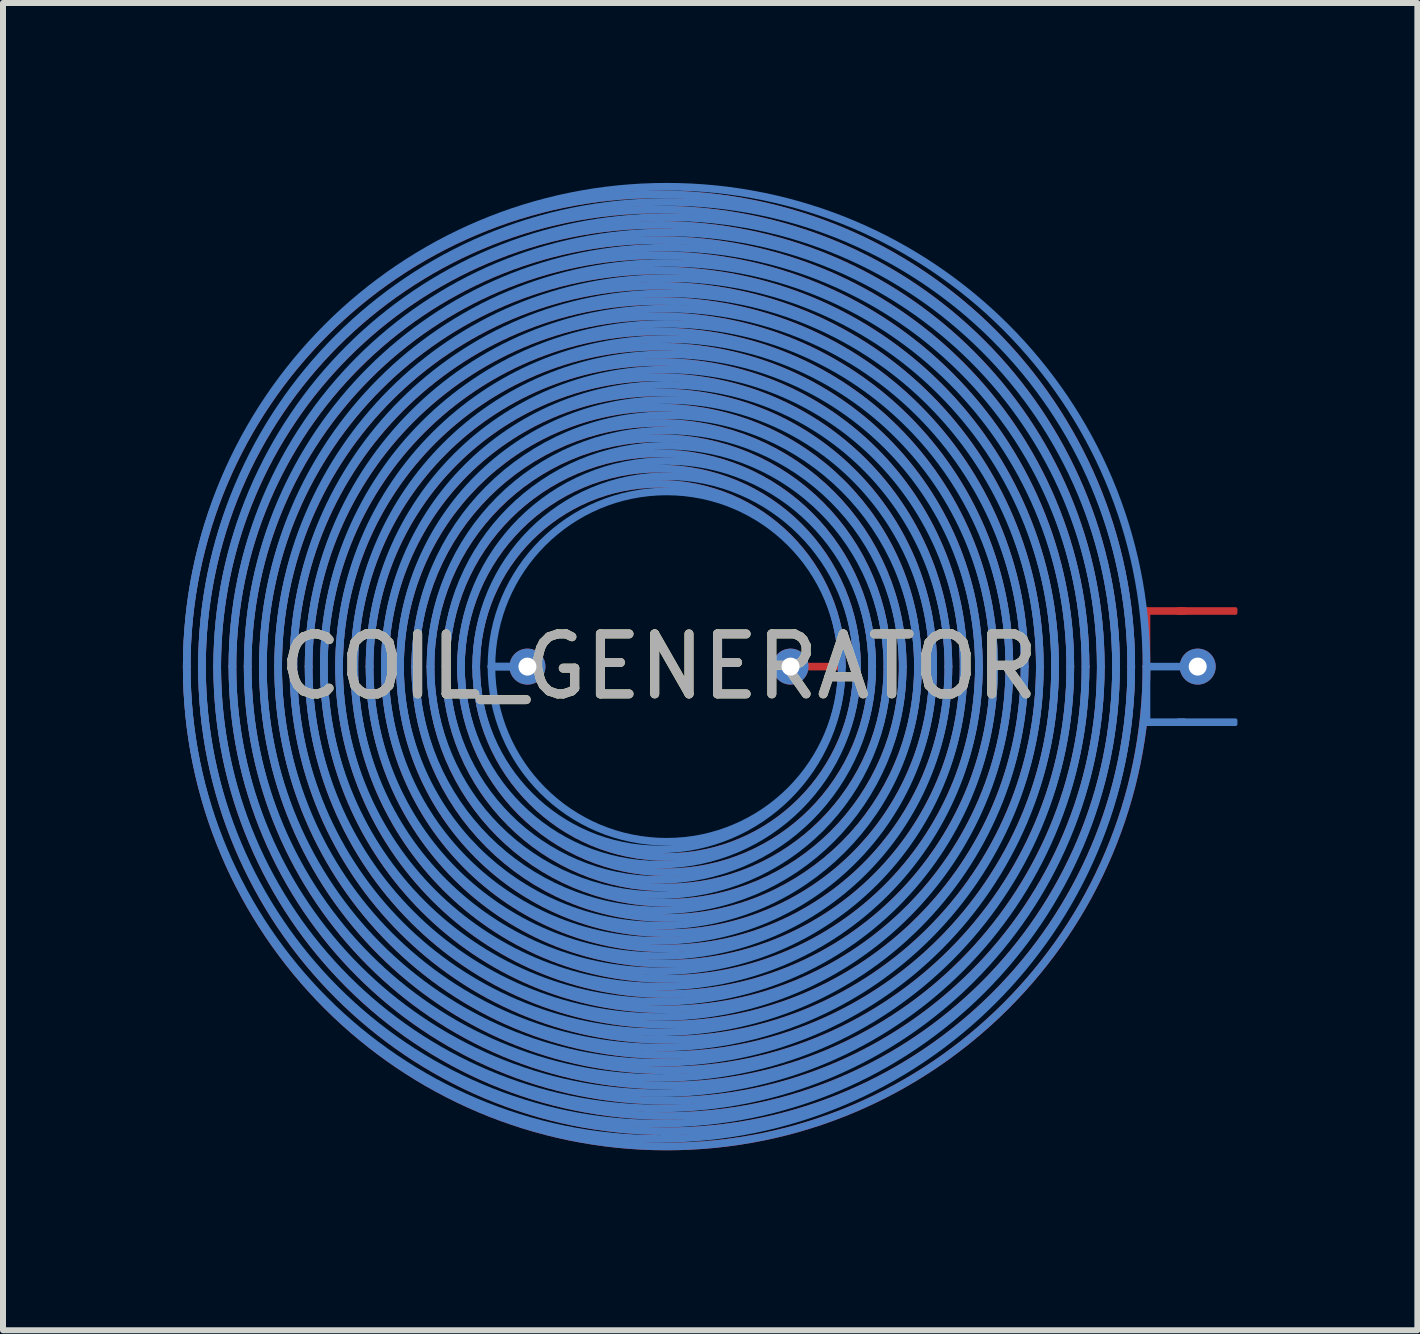
<source format=kicad_pcb>
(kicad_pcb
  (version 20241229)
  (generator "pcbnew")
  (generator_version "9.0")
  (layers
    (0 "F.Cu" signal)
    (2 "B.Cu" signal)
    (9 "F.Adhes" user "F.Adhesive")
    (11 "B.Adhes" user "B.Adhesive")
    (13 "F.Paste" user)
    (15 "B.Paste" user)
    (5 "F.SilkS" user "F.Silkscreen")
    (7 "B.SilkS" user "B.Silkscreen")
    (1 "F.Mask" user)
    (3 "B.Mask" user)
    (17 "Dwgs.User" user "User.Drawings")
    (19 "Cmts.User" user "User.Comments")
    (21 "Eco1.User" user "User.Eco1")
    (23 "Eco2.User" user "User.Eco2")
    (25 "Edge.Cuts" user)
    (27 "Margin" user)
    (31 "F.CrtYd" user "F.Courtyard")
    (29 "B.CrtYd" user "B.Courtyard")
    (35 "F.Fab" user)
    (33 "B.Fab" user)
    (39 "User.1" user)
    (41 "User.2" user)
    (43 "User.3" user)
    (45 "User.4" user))
  (footprint "COIL_GENERATOR"
    (layer "F.Cu")
    (at 7.936 8.063)
    (property "Reference" "COIL_GENERATOR" (at 0 0 0) (unlocked yes) (layer "F.SilkS") (effects (font (size 1 1) (thickness 0.15))))
    (attr smd exclude_from_pos_files exclude_from_bom allow_missing_courtyard)
    (fp_line (start 3.047 0) (end 2.193 0) (stroke (width 0.127) (type default)) (layer "F.Cu"))
    (fp_line (start 8.127 -0.927) (end 8.754 -0.927) (stroke (width 0.127) (type default)) (layer "F.Cu"))
    (fp_line (start 8.127 0) (end 8.127 -0.927) (stroke (width 0.127) (type default)) (layer "F.Cu"))
    (fp_arc (start -7.873 0) (mid 0 -7.873) (end 7.873 0) (stroke (width 0.127) (type default)) (layer "F.Cu"))
    (fp_arc (start -7.619 0) (mid 0 -7.619) (end 7.619 0) (stroke (width 0.127) (type default)) (layer "F.Cu"))
    (fp_arc (start -7.365 0) (mid 0 -7.365) (end 7.365 0) (stroke (width 0.127) (type default)) (layer "F.Cu"))
    (fp_arc (start -7.111 0) (mid 0 -7.111) (end 7.111 0) (stroke (width 0.127) (type default)) (layer "F.Cu"))
    (fp_arc (start -6.857 0) (mid 0 -6.857) (end 6.857 0) (stroke (width 0.127) (type default)) (layer "F.Cu"))
    (fp_arc (start -6.603 0) (mid 0 -6.603) (end 6.603 0) (stroke (width 0.127) (type default)) (layer "F.Cu"))
    (fp_arc (start -6.349 0) (mid 0 -6.349) (end 6.349 0) (stroke (width 0.127) (type default)) (layer "F.Cu"))
    (fp_arc (start -6.095 0) (mid 0 -6.095) (end 6.095 0) (stroke (width 0.127) (type default)) (layer "F.Cu"))
    (fp_arc (start -5.841 0) (mid 0 -5.841) (end 5.841 0) (stroke (width 0.127) (type default)) (layer "F.Cu"))
    (fp_arc (start -5.587 0) (mid 0 -5.587) (end 5.587 0) (stroke (width 0.127) (type default)) (layer "F.Cu"))
    (fp_arc (start -5.333 0) (mid 0 -5.333) (end 5.333 0) (stroke (width 0.127) (type default)) (layer "F.Cu"))
    (fp_arc (start -5.079 0) (mid 0 -5.079) (end 5.079 0) (stroke (width 0.127) (type default)) (layer "F.Cu"))
    (fp_arc (start -4.825 0) (mid 0 -4.825) (end 4.825 0) (stroke (width 0.127) (type default)) (layer "F.Cu"))
    (fp_arc (start -4.571 0) (mid 0 -4.571) (end 4.571 0) (stroke (width 0.127) (type default)) (layer "F.Cu"))
    (fp_arc (start -4.317 0) (mid 0 -4.317) (end 4.317 0) (stroke (width 0.127) (type default)) (layer "F.Cu"))
    (fp_arc (start -4.063 0) (mid 0 -4.063) (end 4.063 0) (stroke (width 0.127) (type default)) (layer "F.Cu"))
    (fp_arc (start -3.809 0) (mid 0 -3.809) (end 3.809 0) (stroke (width 0.127) (type default)) (layer "F.Cu"))
    (fp_arc (start -3.555 0) (mid 0 -3.555) (end 3.555 0) (stroke (width 0.127) (type default)) (layer "F.Cu"))
    (fp_arc (start -3.301 0) (mid 0 -3.301) (end 3.301 0) (stroke (width 0.127) (type default)) (layer "F.Cu"))
    (fp_arc (start -3.047 0) (mid 0 -3.047) (end 3.047 0) (stroke (width 0.127) (type default)) (layer "F.Cu"))
    (fp_arc (start 3.301 0) (mid 0.127 3.174) (end -3.047 0) (stroke (width 0.127) (type default)) (layer "F.Cu"))
    (fp_arc (start 3.555 0) (mid 0.127 3.428) (end -3.301 0) (stroke (width 0.127) (type default)) (layer "F.Cu"))
    (fp_arc (start 3.809 0) (mid 0.127 3.682) (end -3.555 0) (stroke (width 0.127) (type default)) (layer "F.Cu"))
    (fp_arc (start 4.063 0) (mid 0.127 3.936) (end -3.809 0) (stroke (width 0.127) (type default)) (layer "F.Cu"))
    (fp_arc (start 4.317 0) (mid 0.127 4.19) (end -4.063 0) (stroke (width 0.127) (type default)) (layer "F.Cu"))
    (fp_arc (start 4.571 0) (mid 0.127 4.444) (end -4.317 0) (stroke (width 0.127) (type default)) (layer "F.Cu"))
    (fp_arc (start 4.825 0) (mid 0.127 4.698) (end -4.571 0) (stroke (width 0.127) (type default)) (layer "F.Cu"))
    (fp_arc (start 5.079 0) (mid 0.127 4.952) (end -4.825 0) (stroke (width 0.127) (type default)) (layer "F.Cu"))
    (fp_arc (start 5.333 0) (mid 0.127 5.206) (end -5.079 0) (stroke (width 0.127) (type default)) (layer "F.Cu"))
    (fp_arc (start 5.587 0) (mid 0.127 5.46) (end -5.333 0) (stroke (width 0.127) (type default)) (layer "F.Cu"))
    (fp_arc (start 5.841 0) (mid 0.127 5.714) (end -5.587 0) (stroke (width 0.127) (type default)) (layer "F.Cu"))
    (fp_arc (start 6.095 0) (mid 0.127 5.968) (end -5.841 0) (stroke (width 0.127) (type default)) (layer "F.Cu"))
    (fp_arc (start 6.349 0) (mid 0.127 6.222) (end -6.095 0) (stroke (width 0.127) (type default)) (layer "F.Cu"))
    (fp_arc (start 6.603 0) (mid 0.127 6.476) (end -6.349 0) (stroke (width 0.127) (type default)) (layer "F.Cu"))
    (fp_arc (start 6.857 0) (mid 0.127 6.73) (end -6.603 0) (stroke (width 0.127) (type default)) (layer "F.Cu"))
    (fp_arc (start 7.111 0) (mid 0.127 6.984) (end -6.857 0) (stroke (width 0.127) (type default)) (layer "F.Cu"))
    (fp_arc (start 7.365 0) (mid 0.127 7.238) (end -7.111 0) (stroke (width 0.127) (type default)) (layer "F.Cu"))
    (fp_arc (start 7.619 0) (mid 0.127 7.492) (end -7.365 0) (stroke (width 0.127) (type default)) (layer "F.Cu"))
    (fp_arc (start 7.873 0) (mid 0.127 7.746) (end -7.619 0) (stroke (width 0.127) (type default)) (layer "F.Cu"))
    (fp_arc (start 8.127 0) (mid 0.127 8) (end -7.873 0) (stroke (width 0.127) (type default)) (layer "F.Cu"))
    (fp_line (start 3.047 0) (end 2.193 0) (stroke (width 0.127) (type default)) (layer "F.Mask"))
    (fp_line (start 8.127 0) (end 8.981 0) (stroke (width 0.127) (type default)) (layer "F.Mask"))
    (fp_arc (start -7.873 0) (mid 0.127 -8) (end 8.127 0) (stroke (width 0.127) (type default)) (layer "F.Mask"))
    (fp_arc (start -7.619 0) (mid 0.127 -7.746) (end 7.873 0) (stroke (width 0.127) (type default)) (layer "F.Mask"))
    (fp_arc (start -7.365 0) (mid 0.127 -7.492) (end 7.619 0) (stroke (width 0.127) (type default)) (layer "F.Mask"))
    (fp_arc (start -7.111 0) (mid 0.127 -7.238) (end 7.365 0) (stroke (width 0.127) (type default)) (layer "F.Mask"))
    (fp_arc (start -6.857 0) (mid 0.127 -6.984) (end 7.111 0) (stroke (width 0.127) (type default)) (layer "F.Mask"))
    (fp_arc (start -6.603 0) (mid 0.127 -6.73) (end 6.857 0) (stroke (width 0.127) (type default)) (layer "F.Mask"))
    (fp_arc (start -6.349 0) (mid 0.127 -6.476) (end 6.603 0) (stroke (width 0.127) (type default)) (layer "F.Mask"))
    (fp_arc (start -6.095 0) (mid 0.127 -6.222) (end 6.349 0) (stroke (width 0.127) (type default)) (layer "F.Mask"))
    (fp_arc (start -5.841 0) (mid 0.127 -5.968) (end 6.095 0) (stroke (width 0.127) (type default)) (layer "F.Mask"))
    (fp_arc (start -5.587 0) (mid 0.127 -5.714) (end 5.841 0) (stroke (width 0.127) (type default)) (layer "F.Mask"))
    (fp_arc (start -5.333 0) (mid 0.127 -5.46) (end 5.587 0) (stroke (width 0.127) (type default)) (layer "F.Mask"))
    (fp_arc (start -5.079 0) (mid 0.127 -5.206) (end 5.333 0) (stroke (width 0.127) (type default)) (layer "F.Mask"))
    (fp_arc (start -4.825 0) (mid 0.127 -4.952) (end 5.079 0) (stroke (width 0.127) (type default)) (layer "F.Mask"))
    (fp_arc (start -4.571 0) (mid 0.127 -4.698) (end 4.825 0) (stroke (width 0.127) (type default)) (layer "F.Mask"))
    (fp_arc (start -4.317 0) (mid 0.127 -4.444) (end 4.571 0) (stroke (width 0.127) (type default)) (layer "F.Mask"))
    (fp_arc (start -4.063 0) (mid 0.127 -4.19) (end 4.317 0) (stroke (width 0.127) (type default)) (layer "F.Mask"))
    (fp_arc (start -3.809 0) (mid 0.127 -3.936) (end 4.063 0) (stroke (width 0.127) (type default)) (layer "F.Mask"))
    (fp_arc (start -3.555 0) (mid 0.127 -3.682) (end 3.809 0) (stroke (width 0.127) (type default)) (layer "F.Mask"))
    (fp_arc (start -3.301 0) (mid 0.127 -3.428) (end 3.555 0) (stroke (width 0.127) (type default)) (layer "F.Mask"))
    (fp_arc (start -3.047 0) (mid 0.127 -3.174) (end 3.301 0) (stroke (width 0.127) (type default)) (layer "F.Mask"))
    (fp_arc (start 3.047 0) (mid 0 3.047) (end -3.047 0) (stroke (width 0.127) (type default)) (layer "F.Mask"))
    (fp_arc (start 3.301 0) (mid 0 3.301) (end -3.301 0) (stroke (width 0.127) (type default)) (layer "F.Mask"))
    (fp_arc (start 3.555 0) (mid 0 3.555) (end -3.555 0) (stroke (width 0.127) (type default)) (layer "F.Mask"))
    (fp_arc (start 3.809 0) (mid 0 3.809) (end -3.809 0) (stroke (width 0.127) (type default)) (layer "F.Mask"))
    (fp_arc (start 4.063 0) (mid 0 4.063) (end -4.063 0) (stroke (width 0.127) (type default)) (layer "F.Mask"))
    (fp_arc (start 4.317 0) (mid 0 4.317) (end -4.317 0) (stroke (width 0.127) (type default)) (layer "F.Mask"))
    (fp_arc (start 4.571 0) (mid 0 4.571) (end -4.571 0) (stroke (width 0.127) (type default)) (layer "F.Mask"))
    (fp_arc (start 4.825 0) (mid 0 4.825) (end -4.825 0) (stroke (width 0.127) (type default)) (layer "F.Mask"))
    (fp_arc (start 5.079 0) (mid 0 5.079) (end -5.079 0) (stroke (width 0.127) (type default)) (layer "F.Mask"))
    (fp_arc (start 5.333 0) (mid 0 5.333) (end -5.333 0) (stroke (width 0.127) (type default)) (layer "F.Mask"))
    (fp_arc (start 5.587 0) (mid 0 5.587) (end -5.587 0) (stroke (width 0.127) (type default)) (layer "F.Mask"))
    (fp_arc (start 5.841 0) (mid 0 5.841) (end -5.841 0) (stroke (width 0.127) (type default)) (layer "F.Mask"))
    (fp_arc (start 6.095 0) (mid 0 6.095) (end -6.095 0) (stroke (width 0.127) (type default)) (layer "F.Mask"))
    (fp_arc (start 6.349 0) (mid 0 6.349) (end -6.349 0) (stroke (width 0.127) (type default)) (layer "F.Mask"))
    (fp_arc (start 6.603 0) (mid 0 6.603) (end -6.603 0) (stroke (width 0.127) (type default)) (layer "F.Mask"))
    (fp_arc (start 6.857 0) (mid 0 6.857) (end -6.857 0) (stroke (width 0.127) (type default)) (layer "F.Mask"))
    (fp_arc (start 7.111 0) (mid 0 7.111) (end -7.111 0) (stroke (width 0.127) (type default)) (layer "F.Mask"))
    (fp_arc (start 7.365 0) (mid 0 7.365) (end -7.365 0) (stroke (width 0.127) (type default)) (layer "F.Mask"))
    (fp_arc (start 7.619 0) (mid 0 7.619) (end -7.619 0) (stroke (width 0.127) (type default)) (layer "F.Mask"))
    (fp_arc (start 7.873 0) (mid 0 7.873) (end -7.873 0) (stroke (width 0.127) (type default)) (layer "F.Mask"))
    (fp_line (start -2.793 0) (end -2.193 0) (stroke (width 0.127) (type default)) (layer "B.Cu"))
    (fp_line (start -2.793 0) (end -2.193 0) (stroke (width 0.127) (type default)) (layer "B.Cu"))
    (fp_line (start 8.127 0) (end 8.127 0.927) (stroke (width 0.127) (type default)) (layer "B.Cu"))
    (fp_line (start 8.127 0) (end 8.981 0) (stroke (width 0.127) (type default)) (layer "B.Cu"))
    (fp_line (start 8.127 0.927) (end 8.754 0.927) (stroke (width 0.127) (type default)) (layer "B.Cu"))
    (fp_arc (start -7.873 0) (mid 0 -7.873) (end 7.873 0) (stroke (width 0.127) (type default)) (layer "B.Cu"))
    (fp_arc (start -7.873 0) (mid 0.127 -8) (end 8.127 0) (stroke (width 0.127) (type default)) (layer "B.Cu"))
    (fp_arc (start -7.619 0) (mid 0 -7.619) (end 7.619 0) (stroke (width 0.127) (type default)) (layer "B.Cu"))
    (fp_arc (start -7.619 0) (mid 0.127 -7.746) (end 7.873 0) (stroke (width 0.127) (type default)) (layer "B.Cu"))
    (fp_arc (start -7.365 0) (mid 0 -7.365) (end 7.365 0) (stroke (width 0.127) (type default)) (layer "B.Cu"))
    (fp_arc (start -7.365 0) (mid 0.127 -7.492) (end 7.619 0) (stroke (width 0.127) (type default)) (layer "B.Cu"))
    (fp_arc (start -7.111 0) (mid 0 -7.111) (end 7.111 0) (stroke (width 0.127) (type default)) (layer "B.Cu"))
    (fp_arc (start -7.111 0) (mid 0.127 -7.238) (end 7.365 0) (stroke (width 0.127) (type default)) (layer "B.Cu"))
    (fp_arc (start -6.857 0) (mid 0 -6.857) (end 6.857 0) (stroke (width 0.127) (type default)) (layer "B.Cu"))
    (fp_arc (start -6.857 0) (mid 0.127 -6.984) (end 7.111 0) (stroke (width 0.127) (type default)) (layer "B.Cu"))
    (fp_arc (start -6.603 0) (mid 0 -6.603) (end 6.603 0) (stroke (width 0.127) (type default)) (layer "B.Cu"))
    (fp_arc (start -6.603 0) (mid 0.127 -6.73) (end 6.857 0) (stroke (width 0.127) (type default)) (layer "B.Cu"))
    (fp_arc (start -6.349 0) (mid 0 -6.349) (end 6.349 0) (stroke (width 0.127) (type default)) (layer "B.Cu"))
    (fp_arc (start -6.349 0) (mid 0.127 -6.476) (end 6.603 0) (stroke (width 0.127) (type default)) (layer "B.Cu"))
    (fp_arc (start -6.095 0) (mid 0 -6.095) (end 6.095 0) (stroke (width 0.127) (type default)) (layer "B.Cu"))
    (fp_arc (start -6.095 0) (mid 0.127 -6.222) (end 6.349 0) (stroke (width 0.127) (type default)) (layer "B.Cu"))
    (fp_arc (start -5.841 0) (mid 0 -5.841) (end 5.841 0) (stroke (width 0.127) (type default)) (layer "B.Cu"))
    (fp_arc (start -5.841 0) (mid 0.127 -5.968) (end 6.095 0) (stroke (width 0.127) (type default)) (layer "B.Cu"))
    (fp_arc (start -5.587 0) (mid 0 -5.587) (end 5.587 0) (stroke (width 0.127) (type default)) (layer "B.Cu"))
    (fp_arc (start -5.587 0) (mid 0.127 -5.714) (end 5.841 0) (stroke (width 0.127) (type default)) (layer "B.Cu"))
    (fp_arc (start -5.333 0) (mid 0 -5.333) (end 5.333 0) (stroke (width 0.127) (type default)) (layer "B.Cu"))
    (fp_arc (start -5.333 0) (mid 0.127 -5.46) (end 5.587 0) (stroke (width 0.127) (type default)) (layer "B.Cu"))
    (fp_arc (start -5.079 0) (mid 0 -5.079) (end 5.079 0) (stroke (width 0.127) (type default)) (layer "B.Cu"))
    (fp_arc (start -5.079 0) (mid 0.127 -5.206) (end 5.333 0) (stroke (width 0.127) (type default)) (layer "B.Cu"))
    (fp_arc (start -4.825 0) (mid 0 -4.825) (end 4.825 0) (stroke (width 0.127) (type default)) (layer "B.Cu"))
    (fp_arc (start -4.825 0) (mid 0.127 -4.952) (end 5.079 0) (stroke (width 0.127) (type default)) (layer "B.Cu"))
    (fp_arc (start -4.571 0) (mid 0 -4.571) (end 4.571 0) (stroke (width 0.127) (type default)) (layer "B.Cu"))
    (fp_arc (start -4.571 0) (mid 0.127 -4.698) (end 4.825 0) (stroke (width 0.127) (type default)) (layer "B.Cu"))
    (fp_arc (start -4.317 0) (mid 0 -4.317) (end 4.317 0) (stroke (width 0.127) (type default)) (layer "B.Cu"))
    (fp_arc (start -4.317 0) (mid 0.127 -4.444) (end 4.571 0) (stroke (width 0.127) (type default)) (layer "B.Cu"))
    (fp_arc (start -4.063 0) (mid 0 -4.063) (end 4.063 0) (stroke (width 0.127) (type default)) (layer "B.Cu"))
    (fp_arc (start -4.063 0) (mid 0.127 -4.19) (end 4.317 0) (stroke (width 0.127) (type default)) (layer "B.Cu"))
    (fp_arc (start -3.809 0) (mid 0 -3.809) (end 3.809 0) (stroke (width 0.127) (type default)) (layer "B.Cu"))
    (fp_arc (start -3.809 0) (mid 0.127 -3.936) (end 4.063 0) (stroke (width 0.127) (type default)) (layer "B.Cu"))
    (fp_arc (start -3.555 0) (mid 0 -3.555) (end 3.555 0) (stroke (width 0.127) (type default)) (layer "B.Cu"))
    (fp_arc (start -3.555 0) (mid 0.127 -3.682) (end 3.809 0) (stroke (width 0.127) (type default)) (layer "B.Cu"))
    (fp_arc (start -3.301 0) (mid 0 -3.301) (end 3.301 0) (stroke (width 0.127) (type default)) (layer "B.Cu"))
    (fp_arc (start -3.301 0) (mid 0.127 -3.428) (end 3.555 0) (stroke (width 0.127) (type default)) (layer "B.Cu"))
    (fp_arc (start -3.047 0) (mid 0 -3.047) (end 3.047 0) (stroke (width 0.127) (type default)) (layer "B.Cu"))
    (fp_arc (start -3.047 0) (mid 0.127 -3.174) (end 3.301 0) (stroke (width 0.127) (type default)) (layer "B.Cu"))
    (fp_arc (start -2.793 0) (mid 0 -2.92) (end 3.047 0) (stroke (width 0.127) (type default)) (layer "B.Cu"))
    (fp_arc (start 3.047 0) (mid 0 3.047) (end -3.047 0) (stroke (width 0.127) (type default)) (layer "B.Cu"))
    (fp_arc (start 3.047 0) (mid 0 2.92) (end -2.793 0) (stroke (width 0.127) (type default)) (layer "B.Cu"))
    (fp_arc (start 3.301 0) (mid 0 3.301) (end -3.301 0) (stroke (width 0.127) (type default)) (layer "B.Cu"))
    (fp_arc (start 3.301 0) (mid 0.127 3.174) (end -3.047 0) (stroke (width 0.127) (type default)) (layer "B.Cu"))
    (fp_arc (start 3.555 0) (mid 0 3.555) (end -3.555 0) (stroke (width 0.127) (type default)) (layer "B.Cu"))
    (fp_arc (start 3.555 0) (mid 0.127 3.428) (end -3.301 0) (stroke (width 0.127) (type default)) (layer "B.Cu"))
    (fp_arc (start 3.809 0) (mid 0 3.809) (end -3.809 0) (stroke (width 0.127) (type default)) (layer "B.Cu"))
    (fp_arc (start 3.809 0) (mid 0.127 3.682) (end -3.555 0) (stroke (width 0.127) (type default)) (layer "B.Cu"))
    (fp_arc (start 4.063 0) (mid 0 4.063) (end -4.063 0) (stroke (width 0.127) (type default)) (layer "B.Cu"))
    (fp_arc (start 4.063 0) (mid 0.127 3.936) (end -3.809 0) (stroke (width 0.127) (type default)) (layer "B.Cu"))
    (fp_arc (start 4.317 0) (mid 0 4.317) (end -4.317 0) (stroke (width 0.127) (type default)) (layer "B.Cu"))
    (fp_arc (start 4.317 0) (mid 0.127 4.19) (end -4.063 0) (stroke (width 0.127) (type default)) (layer "B.Cu"))
    (fp_arc (start 4.571 0) (mid 0 4.571) (end -4.571 0) (stroke (width 0.127) (type default)) (layer "B.Cu"))
    (fp_arc (start 4.571 0) (mid 0.127 4.444) (end -4.317 0) (stroke (width 0.127) (type default)) (layer "B.Cu"))
    (fp_arc (start 4.825 0) (mid 0 4.825) (end -4.825 0) (stroke (width 0.127) (type default)) (layer "B.Cu"))
    (fp_arc (start 4.825 0) (mid 0.127 4.698) (end -4.571 0) (stroke (width 0.127) (type default)) (layer "B.Cu"))
    (fp_arc (start 5.079 0) (mid 0 5.079) (end -5.079 0) (stroke (width 0.127) (type default)) (layer "B.Cu"))
    (fp_arc (start 5.079 0) (mid 0.127 4.952) (end -4.825 0) (stroke (width 0.127) (type default)) (layer "B.Cu"))
    (fp_arc (start 5.333 0) (mid 0 5.333) (end -5.333 0) (stroke (width 0.127) (type default)) (layer "B.Cu"))
    (fp_arc (start 5.333 0) (mid 0.127 5.206) (end -5.079 0) (stroke (width 0.127) (type default)) (layer "B.Cu"))
    (fp_arc (start 5.587 0) (mid 0 5.587) (end -5.587 0) (stroke (width 0.127) (type default)) (layer "B.Cu"))
    (fp_arc (start 5.587 0) (mid 0.127 5.46) (end -5.333 0) (stroke (width 0.127) (type default)) (layer "B.Cu"))
    (fp_arc (start 5.841 0) (mid 0 5.841) (end -5.841 0) (stroke (width 0.127) (type default)) (layer "B.Cu"))
    (fp_arc (start 5.841 0) (mid 0.127 5.714) (end -5.587 0) (stroke (width 0.127) (type default)) (layer "B.Cu"))
    (fp_arc (start 6.095 0) (mid 0 6.095) (end -6.095 0) (stroke (width 0.127) (type default)) (layer "B.Cu"))
    (fp_arc (start 6.095 0) (mid 0.127 5.968) (end -5.841 0) (stroke (width 0.127) (type default)) (layer "B.Cu"))
    (fp_arc (start 6.349 0) (mid 0 6.349) (end -6.349 0) (stroke (width 0.127) (type default)) (layer "B.Cu"))
    (fp_arc (start 6.349 0) (mid 0.127 6.222) (end -6.095 0) (stroke (width 0.127) (type default)) (layer "B.Cu"))
    (fp_arc (start 6.603 0) (mid 0 6.603) (end -6.603 0) (stroke (width 0.127) (type default)) (layer "B.Cu"))
    (fp_arc (start 6.603 0) (mid 0.127 6.476) (end -6.349 0) (stroke (width 0.127) (type default)) (layer "B.Cu"))
    (fp_arc (start 6.857 0) (mid 0 6.857) (end -6.857 0) (stroke (width 0.127) (type default)) (layer "B.Cu"))
    (fp_arc (start 6.857 0) (mid 0.127 6.73) (end -6.603 0) (stroke (width 0.127) (type default)) (layer "B.Cu"))
    (fp_arc (start 7.111 0) (mid 0 7.111) (end -7.111 0) (stroke (width 0.127) (type default)) (layer "B.Cu"))
    (fp_arc (start 7.111 0) (mid 0.127 6.984) (end -6.857 0) (stroke (width 0.127) (type default)) (layer "B.Cu"))
    (fp_arc (start 7.365 0) (mid 0 7.365) (end -7.365 0) (stroke (width 0.127) (type default)) (layer "B.Cu"))
    (fp_arc (start 7.365 0) (mid 0.127 7.238) (end -7.111 0) (stroke (width 0.127) (type default)) (layer "B.Cu"))
    (fp_arc (start 7.619 0) (mid 0 7.619) (end -7.619 0) (stroke (width 0.127) (type default)) (layer "B.Cu"))
    (fp_arc (start 7.619 0) (mid 0.127 7.492) (end -7.365 0) (stroke (width 0.127) (type default)) (layer "B.Cu"))
    (fp_arc (start 7.873 0) (mid 0 7.873) (end -7.873 0) (stroke (width 0.127) (type default)) (layer "B.Cu"))
    (fp_arc (start 7.873 0) (mid 0.127 7.746) (end -7.619 0) (stroke (width 0.127) (type default)) (layer "B.Cu"))
    (fp_arc (start 8.127 0) (mid 0.127 8) (end -7.873 0) (stroke (width 0.127) (type default)) (layer "B.Cu"))
    (fp_text user "${REFERENCE}" (at 0 0 0) (unlocked yes) (layer "F.Fab") (effects (font (size 1 1) (thickness 0.15))))
    (pad "0" thru_hole circle (at -2.193 0) (size 0.6 0.6) (drill 0.3) (layers "*.Cu") (remove_unused_layers yes) (keep_end_layers yes) (zone_layer_connections))
    (pad "0" thru_hole circle (at 2.193 0) (size 0.6 0.6) (drill 0.3) (layers "*.Cu") (remove_unused_layers yes) (keep_end_layers yes) (zone_layer_connections))
    (pad "0" thru_hole circle (at 8.981 0) (size 0.6 0.6) (drill 0.3) (layers "*.Cu") (remove_unused_layers yes) (keep_end_layers yes) (zone_layer_connections))
    (pad "1" smd roundrect (at 9.135 -0.927) (size 1.016 0.127) (layers "F.Cu") (roundrect_rratio 0.25))
    (pad "2" smd roundrect (at 9.135 0.927) (size 1.016 0.127) (layers "B.Cu") (roundrect_rratio 0.25)))
  (gr_rect
    (start -3 -3)
    (end 20.579 19.127)
    (stroke (width 0.1) (type default))
    (fill no)
    (layer "Edge.Cuts")))
</source>
